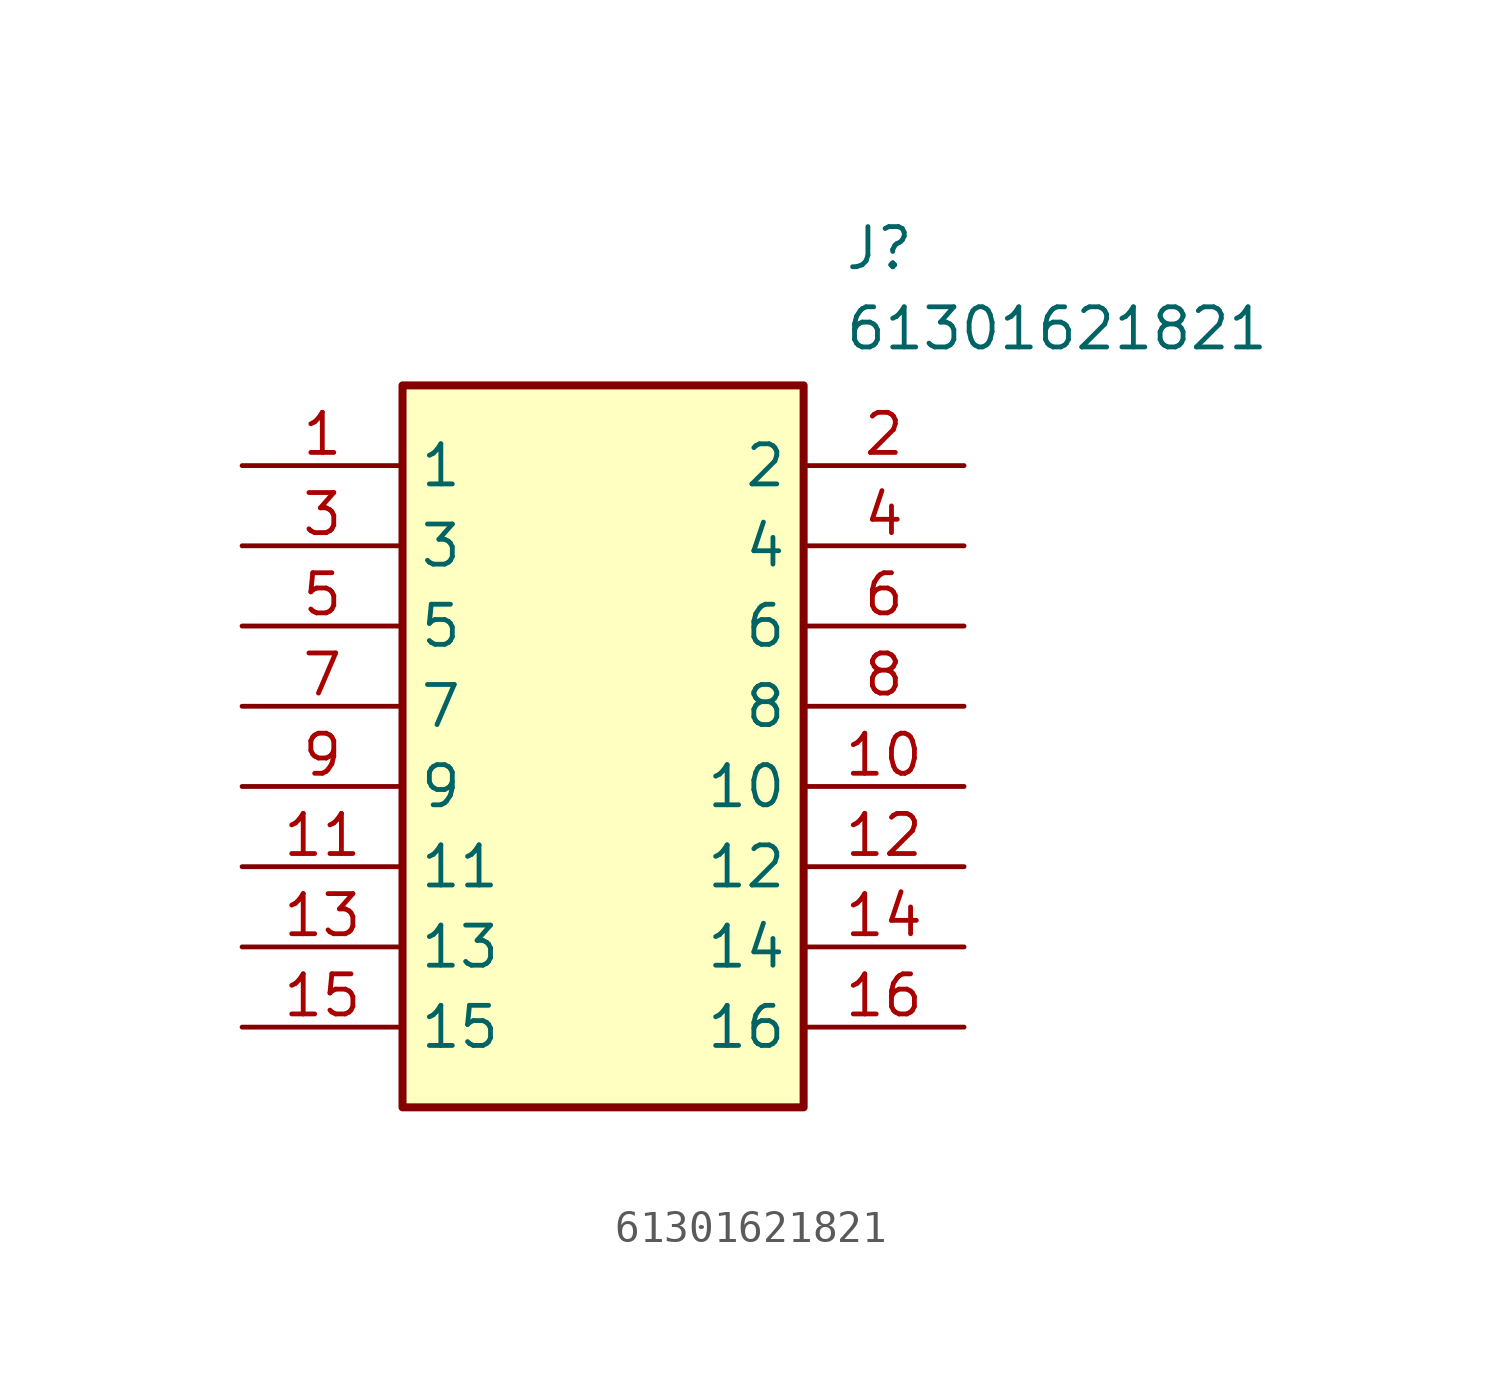
<source format=kicad_sym>
(kicad_symbol_lib
  (version 20211014)
  (generator SamacSys_ECAD_Model)
  (symbol "61301621821"
    (property "Reference" "J"
      (at 19.05 7.62 0)
      (effects (font (size 1.27 1.27)) (justify left top)))
    (property "Value" "61301621821"
      (at 19.05 5.08 0)
      (effects (font (size 1.27 1.27)) (justify left top)))
    (rectangle
      (start 5.08 2.54)
      (end 17.78 -20.32)
      (stroke (width 0.254) (type default))
      (fill (type background)))
    (pin passive line
      (at 0 0 0)
      (length 5.08)
      (name "1" (effects (font (size 1.27 1.27))))
      (number "1" (effects (font (size 1.27 1.27)))))
    (pin passive line
      (at 0 -2.54 0)
      (length 5.08)
      (name "3" (effects (font (size 1.27 1.27))))
      (number "3" (effects (font (size 1.27 1.27)))))
    (pin passive line
      (at 0 -5.08 0)
      (length 5.08)
      (name "5" (effects (font (size 1.27 1.27))))
      (number "5" (effects (font (size 1.27 1.27)))))
    (pin passive line
      (at 0 -7.62 0)
      (length 5.08)
      (name "7" (effects (font (size 1.27 1.27))))
      (number "7" (effects (font (size 1.27 1.27)))))
    (pin passive line
      (at 0 -10.16 0)
      (length 5.08)
      (name "9" (effects (font (size 1.27 1.27))))
      (number "9" (effects (font (size 1.27 1.27)))))
    (pin passive line
      (at 0 -12.7 0)
      (length 5.08)
      (name "11" (effects (font (size 1.27 1.27))))
      (number "11" (effects (font (size 1.27 1.27)))))
    (pin passive line
      (at 0 -15.24 0)
      (length 5.08)
      (name "13" (effects (font (size 1.27 1.27))))
      (number "13" (effects (font (size 1.27 1.27)))))
    (pin passive line
      (at 0 -17.78 0)
      (length 5.08)
      (name "15" (effects (font (size 1.27 1.27))))
      (number "15" (effects (font (size 1.27 1.27)))))
    (pin passive line
      (at 22.86 0 180)
      (length 5.08)
      (name "2" (effects (font (size 1.27 1.27))))
      (number "2" (effects (font (size 1.27 1.27)))))
    (pin passive line
      (at 22.86 -2.54 180)
      (length 5.08)
      (name "4" (effects (font (size 1.27 1.27))))
      (number "4" (effects (font (size 1.27 1.27)))))
    (pin passive line
      (at 22.86 -5.08 180)
      (length 5.08)
      (name "6" (effects (font (size 1.27 1.27))))
      (number "6" (effects (font (size 1.27 1.27)))))
    (pin passive line
      (at 22.86 -7.62 180)
      (length 5.08)
      (name "8" (effects (font (size 1.27 1.27))))
      (number "8" (effects (font (size 1.27 1.27)))))
    (pin passive line
      (at 22.86 -10.16 180)
      (length 5.08)
      (name "10" (effects (font (size 1.27 1.27))))
      (number "10" (effects (font (size 1.27 1.27)))))
    (pin passive line
      (at 22.86 -12.7 180)
      (length 5.08)
      (name "12" (effects (font (size 1.27 1.27))))
      (number "12" (effects (font (size 1.27 1.27)))))
    (pin passive line
      (at 22.86 -15.24 180)
      (length 5.08)
      (name "14" (effects (font (size 1.27 1.27))))
      (number "14" (effects (font (size 1.27 1.27)))))
    (pin passive line
      (at 22.86 -17.78 180)
      (length 5.08)
      (name "16" (effects (font (size 1.27 1.27))))
      (number "16" (effects (font (size 1.27 1.27)))))))
</source>
